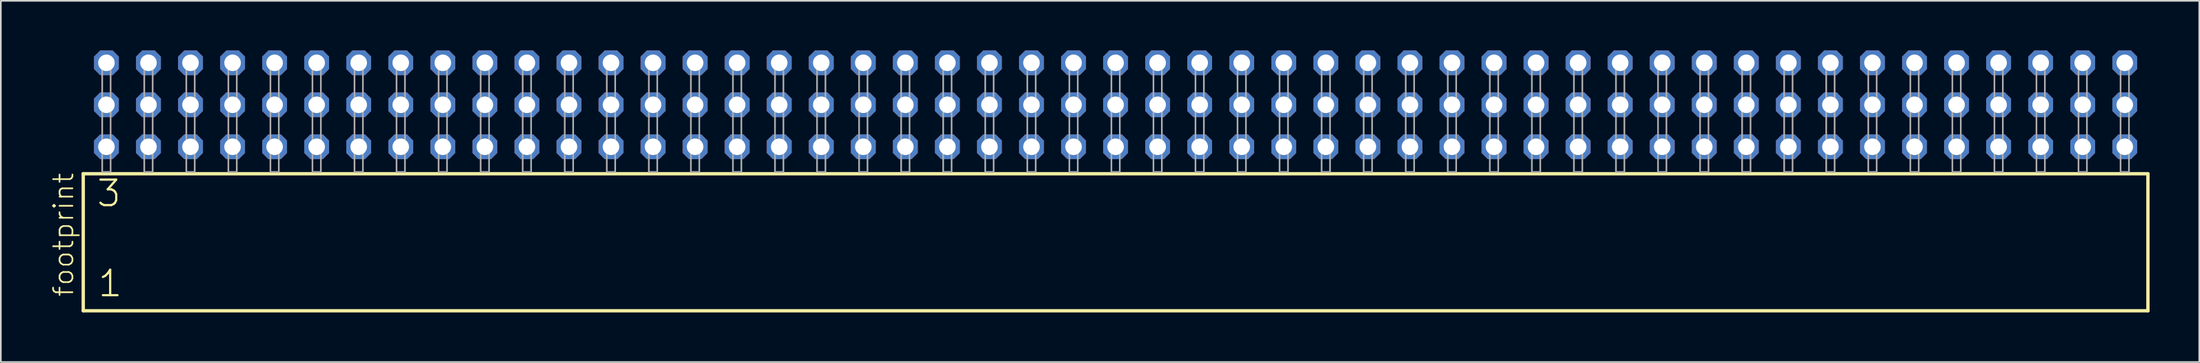
<source format=kicad_pcb>
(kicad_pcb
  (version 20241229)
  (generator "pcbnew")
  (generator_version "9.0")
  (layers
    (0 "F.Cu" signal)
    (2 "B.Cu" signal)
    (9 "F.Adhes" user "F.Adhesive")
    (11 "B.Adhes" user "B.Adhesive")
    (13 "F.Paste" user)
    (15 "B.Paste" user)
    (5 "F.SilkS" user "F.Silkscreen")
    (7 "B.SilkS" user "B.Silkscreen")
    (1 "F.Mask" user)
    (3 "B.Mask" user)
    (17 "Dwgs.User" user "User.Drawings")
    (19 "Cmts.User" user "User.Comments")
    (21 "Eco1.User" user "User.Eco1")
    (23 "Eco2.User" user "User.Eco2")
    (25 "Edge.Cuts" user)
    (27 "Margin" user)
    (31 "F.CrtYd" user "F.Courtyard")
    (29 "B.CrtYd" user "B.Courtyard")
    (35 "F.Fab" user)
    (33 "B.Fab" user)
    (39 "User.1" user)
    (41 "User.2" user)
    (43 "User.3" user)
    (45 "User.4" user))
  (footprint "footprint"
    (layer "F.Cu")
    (at 64.338 7.354)
    (property "Reference" "footprint" (at -62.865 7.62 90) (layer "F.SilkS") (effects (font (size 1.168 1.168) (thickness 0.102)) (justify left bottom)))
    (fp_line (start -62.359 0.106) (end -62.359 8.396) (stroke (width 0.203) (type solid)) (layer "F.SilkS"))
    (fp_line (start -62.359 8.396) (end 62.359 8.396) (stroke (width 0.203) (type solid)) (layer "F.SilkS"))
    (fp_line (start 62.359 0.106) (end -62.359 0.106) (stroke (width 0.203) (type solid)) (layer "F.SilkS"))
    (fp_line (start 62.359 8.396) (end 62.359 0.106) (stroke (width 0.203) (type solid)) (layer "F.SilkS"))
    (fp_poly (pts (xy -61.214 0) (xy -60.706 0) (xy -60.706 -6.858) (xy -61.214 -6.858)) (stroke (width 0.1) (type solid)) (fill no) (layer "F.Fab"))
    (fp_poly (pts (xy -58.674 0) (xy -58.166 0) (xy -58.166 -6.858) (xy -58.674 -6.858)) (stroke (width 0.1) (type solid)) (fill no) (layer "F.Fab"))
    (fp_poly (pts (xy -56.134 0) (xy -55.626 0) (xy -55.626 -6.858) (xy -56.134 -6.858)) (stroke (width 0.1) (type solid)) (fill no) (layer "F.Fab"))
    (fp_poly (pts (xy -53.594 0) (xy -53.086 0) (xy -53.086 -6.858) (xy -53.594 -6.858)) (stroke (width 0.1) (type solid)) (fill no) (layer "F.Fab"))
    (fp_poly (pts (xy -51.054 0) (xy -50.546 0) (xy -50.546 -6.858) (xy -51.054 -6.858)) (stroke (width 0.1) (type solid)) (fill no) (layer "F.Fab"))
    (fp_poly (pts (xy -48.514 0) (xy -48.006 0) (xy -48.006 -6.858) (xy -48.514 -6.858)) (stroke (width 0.1) (type solid)) (fill no) (layer "F.Fab"))
    (fp_poly (pts (xy -45.974 0) (xy -45.466 0) (xy -45.466 -6.858) (xy -45.974 -6.858)) (stroke (width 0.1) (type solid)) (fill no) (layer "F.Fab"))
    (fp_poly (pts (xy -43.434 0) (xy -42.926 0) (xy -42.926 -6.858) (xy -43.434 -6.858)) (stroke (width 0.1) (type solid)) (fill no) (layer "F.Fab"))
    (fp_poly (pts (xy -40.894 0) (xy -40.386 0) (xy -40.386 -6.858) (xy -40.894 -6.858)) (stroke (width 0.1) (type solid)) (fill no) (layer "F.Fab"))
    (fp_poly (pts (xy -38.354 0) (xy -37.846 0) (xy -37.846 -6.858) (xy -38.354 -6.858)) (stroke (width 0.1) (type solid)) (fill no) (layer "F.Fab"))
    (fp_poly (pts (xy -35.814 0) (xy -35.306 0) (xy -35.306 -6.858) (xy -35.814 -6.858)) (stroke (width 0.1) (type solid)) (fill no) (layer "F.Fab"))
    (fp_poly (pts (xy -33.274 0) (xy -32.766 0) (xy -32.766 -6.858) (xy -33.274 -6.858)) (stroke (width 0.1) (type solid)) (fill no) (layer "F.Fab"))
    (fp_poly (pts (xy -30.734 0) (xy -30.226 0) (xy -30.226 -6.858) (xy -30.734 -6.858)) (stroke (width 0.1) (type solid)) (fill no) (layer "F.Fab"))
    (fp_poly (pts (xy -28.194 0) (xy -27.686 0) (xy -27.686 -6.858) (xy -28.194 -6.858)) (stroke (width 0.1) (type solid)) (fill no) (layer "F.Fab"))
    (fp_poly (pts (xy -25.654 0) (xy -25.146 0) (xy -25.146 -6.858) (xy -25.654 -6.858)) (stroke (width 0.1) (type solid)) (fill no) (layer "F.Fab"))
    (fp_poly (pts (xy -23.114 0) (xy -22.606 0) (xy -22.606 -6.858) (xy -23.114 -6.858)) (stroke (width 0.1) (type solid)) (fill no) (layer "F.Fab"))
    (fp_poly (pts (xy -20.574 0) (xy -20.066 0) (xy -20.066 -6.858) (xy -20.574 -6.858)) (stroke (width 0.1) (type solid)) (fill no) (layer "F.Fab"))
    (fp_poly (pts (xy -18.034 0) (xy -17.526 0) (xy -17.526 -6.858) (xy -18.034 -6.858)) (stroke (width 0.1) (type solid)) (fill no) (layer "F.Fab"))
    (fp_poly (pts (xy -15.494 0) (xy -14.986 0) (xy -14.986 -6.858) (xy -15.494 -6.858)) (stroke (width 0.1) (type solid)) (fill no) (layer "F.Fab"))
    (fp_poly (pts (xy -12.954 0) (xy -12.446 0) (xy -12.446 -6.858) (xy -12.954 -6.858)) (stroke (width 0.1) (type solid)) (fill no) (layer "F.Fab"))
    (fp_poly (pts (xy -10.414 0) (xy -9.906 0) (xy -9.906 -6.858) (xy -10.414 -6.858)) (stroke (width 0.1) (type solid)) (fill no) (layer "F.Fab"))
    (fp_poly (pts (xy -7.874 0) (xy -7.366 0) (xy -7.366 -6.858) (xy -7.874 -6.858)) (stroke (width 0.1) (type solid)) (fill no) (layer "F.Fab"))
    (fp_poly (pts (xy -5.334 0) (xy -4.826 0) (xy -4.826 -6.858) (xy -5.334 -6.858)) (stroke (width 0.1) (type solid)) (fill no) (layer "F.Fab"))
    (fp_poly (pts (xy -2.794 0) (xy -2.286 0) (xy -2.286 -6.858) (xy -2.794 -6.858)) (stroke (width 0.1) (type solid)) (fill no) (layer "F.Fab"))
    (fp_poly (pts (xy -0.254 0) (xy 0.254 0) (xy 0.254 -6.858) (xy -0.254 -6.858)) (stroke (width 0.1) (type solid)) (fill no) (layer "F.Fab"))
    (fp_poly (pts (xy 2.286 0) (xy 2.794 0) (xy 2.794 -6.858) (xy 2.286 -6.858)) (stroke (width 0.1) (type solid)) (fill no) (layer "F.Fab"))
    (fp_poly (pts (xy 4.826 0) (xy 5.334 0) (xy 5.334 -6.858) (xy 4.826 -6.858)) (stroke (width 0.1) (type solid)) (fill no) (layer "F.Fab"))
    (fp_poly (pts (xy 7.366 0) (xy 7.874 0) (xy 7.874 -6.858) (xy 7.366 -6.858)) (stroke (width 0.1) (type solid)) (fill no) (layer "F.Fab"))
    (fp_poly (pts (xy 9.906 0) (xy 10.414 0) (xy 10.414 -6.858) (xy 9.906 -6.858)) (stroke (width 0.1) (type solid)) (fill no) (layer "F.Fab"))
    (fp_poly (pts (xy 12.446 0) (xy 12.954 0) (xy 12.954 -6.858) (xy 12.446 -6.858)) (stroke (width 0.1) (type solid)) (fill no) (layer "F.Fab"))
    (fp_poly (pts (xy 14.986 0) (xy 15.494 0) (xy 15.494 -6.858) (xy 14.986 -6.858)) (stroke (width 0.1) (type solid)) (fill no) (layer "F.Fab"))
    (fp_poly (pts (xy 17.526 0) (xy 18.034 0) (xy 18.034 -6.858) (xy 17.526 -6.858)) (stroke (width 0.1) (type solid)) (fill no) (layer "F.Fab"))
    (fp_poly (pts (xy 20.066 0) (xy 20.574 0) (xy 20.574 -6.858) (xy 20.066 -6.858)) (stroke (width 0.1) (type solid)) (fill no) (layer "F.Fab"))
    (fp_poly (pts (xy 22.606 0) (xy 23.114 0) (xy 23.114 -6.858) (xy 22.606 -6.858)) (stroke (width 0.1) (type solid)) (fill no) (layer "F.Fab"))
    (fp_poly (pts (xy 25.146 0) (xy 25.654 0) (xy 25.654 -6.858) (xy 25.146 -6.858)) (stroke (width 0.1) (type solid)) (fill no) (layer "F.Fab"))
    (fp_poly (pts (xy 27.686 0) (xy 28.194 0) (xy 28.194 -6.858) (xy 27.686 -6.858)) (stroke (width 0.1) (type solid)) (fill no) (layer "F.Fab"))
    (fp_poly (pts (xy 30.226 0) (xy 30.734 0) (xy 30.734 -6.858) (xy 30.226 -6.858)) (stroke (width 0.1) (type solid)) (fill no) (layer "F.Fab"))
    (fp_poly (pts (xy 32.766 0) (xy 33.274 0) (xy 33.274 -6.858) (xy 32.766 -6.858)) (stroke (width 0.1) (type solid)) (fill no) (layer "F.Fab"))
    (fp_poly (pts (xy 35.306 0) (xy 35.814 0) (xy 35.814 -6.858) (xy 35.306 -6.858)) (stroke (width 0.1) (type solid)) (fill no) (layer "F.Fab"))
    (fp_poly (pts (xy 37.846 0) (xy 38.354 0) (xy 38.354 -6.858) (xy 37.846 -6.858)) (stroke (width 0.1) (type solid)) (fill no) (layer "F.Fab"))
    (fp_poly (pts (xy 40.386 0) (xy 40.894 0) (xy 40.894 -6.858) (xy 40.386 -6.858)) (stroke (width 0.1) (type solid)) (fill no) (layer "F.Fab"))
    (fp_poly (pts (xy 42.926 0) (xy 43.434 0) (xy 43.434 -6.858) (xy 42.926 -6.858)) (stroke (width 0.1) (type solid)) (fill no) (layer "F.Fab"))
    (fp_poly (pts (xy 45.466 0) (xy 45.974 0) (xy 45.974 -6.858) (xy 45.466 -6.858)) (stroke (width 0.1) (type solid)) (fill no) (layer "F.Fab"))
    (fp_poly (pts (xy 48.006 0) (xy 48.514 0) (xy 48.514 -6.858) (xy 48.006 -6.858)) (stroke (width 0.1) (type solid)) (fill no) (layer "F.Fab"))
    (fp_poly (pts (xy 50.546 0) (xy 51.054 0) (xy 51.054 -6.858) (xy 50.546 -6.858)) (stroke (width 0.1) (type solid)) (fill no) (layer "F.Fab"))
    (fp_poly (pts (xy 53.086 0) (xy 53.594 0) (xy 53.594 -6.858) (xy 53.086 -6.858)) (stroke (width 0.1) (type solid)) (fill no) (layer "F.Fab"))
    (fp_poly (pts (xy 55.626 0) (xy 56.134 0) (xy 56.134 -6.858) (xy 55.626 -6.858)) (stroke (width 0.1) (type solid)) (fill no) (layer "F.Fab"))
    (fp_poly (pts (xy 58.166 0) (xy 58.674 0) (xy 58.674 -6.858) (xy 58.166 -6.858)) (stroke (width 0.1) (type solid)) (fill no) (layer "F.Fab"))
    (fp_poly (pts (xy 60.706 0) (xy 61.214 0) (xy 61.214 -6.858) (xy 60.706 -6.858)) (stroke (width 0.1) (type solid)) (fill no) (layer "F.Fab"))
    (fp_text user "1" (at -61.555 7.65 0) (layer "F.SilkS") (effects (font (size 1.542 1.542) (thickness 0.134)) (justify left bottom)))
    (fp_text user "3" (at -61.63 2.2 0) (layer "F.SilkS") (effects (font (size 1.542 1.542) (thickness 0.134)) (justify left bottom)))
    (pad "1" thru_hole roundrect (at -60.96 -1.524) (size 1.5 1.5) (drill 1) (layers "*.Cu" "*.Mask") (roundrect_rratio 0.25) (chamfer_ratio 0.25) (chamfer top_left top_right bottom_left bottom_right))
    (pad "2" thru_hole roundrect (at -60.96 -4.064) (size 1.5 1.5) (drill 1) (layers "*.Cu" "*.Mask") (roundrect_rratio 0.25) (chamfer_ratio 0.25) (chamfer top_left top_right bottom_left bottom_right))
    (pad "3" thru_hole roundrect (at -60.96 -6.604) (size 1.5 1.5) (drill 1) (layers "*.Cu" "*.Mask") (roundrect_rratio 0.25) (chamfer_ratio 0.25) (chamfer top_left top_right bottom_left bottom_right))
    (pad "4" thru_hole roundrect (at -58.42 -1.524) (size 1.5 1.5) (drill 1) (layers "*.Cu" "*.Mask") (roundrect_rratio 0.25) (chamfer_ratio 0.25) (chamfer top_left top_right bottom_left bottom_right))
    (pad "5" thru_hole roundrect (at -58.42 -4.064) (size 1.5 1.5) (drill 1) (layers "*.Cu" "*.Mask") (roundrect_rratio 0.25) (chamfer_ratio 0.25) (chamfer top_left top_right bottom_left bottom_right))
    (pad "6" thru_hole roundrect (at -58.42 -6.604) (size 1.5 1.5) (drill 1) (layers "*.Cu" "*.Mask") (roundrect_rratio 0.25) (chamfer_ratio 0.25) (chamfer top_left top_right bottom_left bottom_right))
    (pad "7" thru_hole roundrect (at -55.88 -1.524) (size 1.5 1.5) (drill 1) (layers "*.Cu" "*.Mask") (roundrect_rratio 0.25) (chamfer_ratio 0.25) (chamfer top_left top_right bottom_left bottom_right))
    (pad "8" thru_hole roundrect (at -55.88 -4.064) (size 1.5 1.5) (drill 1) (layers "*.Cu" "*.Mask") (roundrect_rratio 0.25) (chamfer_ratio 0.25) (chamfer top_left top_right bottom_left bottom_right))
    (pad "9" thru_hole roundrect (at -55.88 -6.604) (size 1.5 1.5) (drill 1) (layers "*.Cu" "*.Mask") (roundrect_rratio 0.25) (chamfer_ratio 0.25) (chamfer top_left top_right bottom_left bottom_right))
    (pad "10" thru_hole roundrect (at -53.34 -1.524) (size 1.5 1.5) (drill 1) (layers "*.Cu" "*.Mask") (roundrect_rratio 0.25) (chamfer_ratio 0.25) (chamfer top_left top_right bottom_left bottom_right))
    (pad "11" thru_hole roundrect (at -53.34 -4.064) (size 1.5 1.5) (drill 1) (layers "*.Cu" "*.Mask") (roundrect_rratio 0.25) (chamfer_ratio 0.25) (chamfer top_left top_right bottom_left bottom_right))
    (pad "12" thru_hole roundrect (at -53.34 -6.604) (size 1.5 1.5) (drill 1) (layers "*.Cu" "*.Mask") (roundrect_rratio 0.25) (chamfer_ratio 0.25) (chamfer top_left top_right bottom_left bottom_right))
    (pad "13" thru_hole roundrect (at -50.8 -1.524) (size 1.5 1.5) (drill 1) (layers "*.Cu" "*.Mask") (roundrect_rratio 0.25) (chamfer_ratio 0.25) (chamfer top_left top_right bottom_left bottom_right))
    (pad "14" thru_hole roundrect (at -50.8 -4.064) (size 1.5 1.5) (drill 1) (layers "*.Cu" "*.Mask") (roundrect_rratio 0.25) (chamfer_ratio 0.25) (chamfer top_left top_right bottom_left bottom_right))
    (pad "15" thru_hole roundrect (at -50.8 -6.604) (size 1.5 1.5) (drill 1) (layers "*.Cu" "*.Mask") (roundrect_rratio 0.25) (chamfer_ratio 0.25) (chamfer top_left top_right bottom_left bottom_right))
    (pad "16" thru_hole roundrect (at -48.26 -1.524) (size 1.5 1.5) (drill 1) (layers "*.Cu" "*.Mask") (roundrect_rratio 0.25) (chamfer_ratio 0.25) (chamfer top_left top_right bottom_left bottom_right))
    (pad "17" thru_hole roundrect (at -48.26 -4.064) (size 1.5 1.5) (drill 1) (layers "*.Cu" "*.Mask") (roundrect_rratio 0.25) (chamfer_ratio 0.25) (chamfer top_left top_right bottom_left bottom_right))
    (pad "18" thru_hole roundrect (at -48.26 -6.604) (size 1.5 1.5) (drill 1) (layers "*.Cu" "*.Mask") (roundrect_rratio 0.25) (chamfer_ratio 0.25) (chamfer top_left top_right bottom_left bottom_right))
    (pad "19" thru_hole roundrect (at -45.72 -1.524) (size 1.5 1.5) (drill 1) (layers "*.Cu" "*.Mask") (roundrect_rratio 0.25) (chamfer_ratio 0.25) (chamfer top_left top_right bottom_left bottom_right))
    (pad "20" thru_hole roundrect (at -45.72 -4.064) (size 1.5 1.5) (drill 1) (layers "*.Cu" "*.Mask") (roundrect_rratio 0.25) (chamfer_ratio 0.25) (chamfer top_left top_right bottom_left bottom_right))
    (pad "21" thru_hole roundrect (at -45.72 -6.604) (size 1.5 1.5) (drill 1) (layers "*.Cu" "*.Mask") (roundrect_rratio 0.25) (chamfer_ratio 0.25) (chamfer top_left top_right bottom_left bottom_right))
    (pad "22" thru_hole roundrect (at -43.18 -1.524) (size 1.5 1.5) (drill 1) (layers "*.Cu" "*.Mask") (roundrect_rratio 0.25) (chamfer_ratio 0.25) (chamfer top_left top_right bottom_left bottom_right))
    (pad "23" thru_hole roundrect (at -43.18 -4.064) (size 1.5 1.5) (drill 1) (layers "*.Cu" "*.Mask") (roundrect_rratio 0.25) (chamfer_ratio 0.25) (chamfer top_left top_right bottom_left bottom_right))
    (pad "24" thru_hole roundrect (at -43.18 -6.604) (size 1.5 1.5) (drill 1) (layers "*.Cu" "*.Mask") (roundrect_rratio 0.25) (chamfer_ratio 0.25) (chamfer top_left top_right bottom_left bottom_right))
    (pad "25" thru_hole roundrect (at -40.64 -1.524) (size 1.5 1.5) (drill 1) (layers "*.Cu" "*.Mask") (roundrect_rratio 0.25) (chamfer_ratio 0.25) (chamfer top_left top_right bottom_left bottom_right))
    (pad "26" thru_hole roundrect (at -40.64 -4.064) (size 1.5 1.5) (drill 1) (layers "*.Cu" "*.Mask") (roundrect_rratio 0.25) (chamfer_ratio 0.25) (chamfer top_left top_right bottom_left bottom_right))
    (pad "27" thru_hole roundrect (at -40.64 -6.604) (size 1.5 1.5) (drill 1) (layers "*.Cu" "*.Mask") (roundrect_rratio 0.25) (chamfer_ratio 0.25) (chamfer top_left top_right bottom_left bottom_right))
    (pad "28" thru_hole roundrect (at -38.1 -1.524) (size 1.5 1.5) (drill 1) (layers "*.Cu" "*.Mask") (roundrect_rratio 0.25) (chamfer_ratio 0.25) (chamfer top_left top_right bottom_left bottom_right))
    (pad "29" thru_hole roundrect (at -38.1 -4.064) (size 1.5 1.5) (drill 1) (layers "*.Cu" "*.Mask") (roundrect_rratio 0.25) (chamfer_ratio 0.25) (chamfer top_left top_right bottom_left bottom_right))
    (pad "30" thru_hole roundrect (at -38.1 -6.604) (size 1.5 1.5) (drill 1) (layers "*.Cu" "*.Mask") (roundrect_rratio 0.25) (chamfer_ratio 0.25) (chamfer top_left top_right bottom_left bottom_right))
    (pad "31" thru_hole roundrect (at -35.56 -1.524) (size 1.5 1.5) (drill 1) (layers "*.Cu" "*.Mask") (roundrect_rratio 0.25) (chamfer_ratio 0.25) (chamfer top_left top_right bottom_left bottom_right))
    (pad "32" thru_hole roundrect (at -35.56 -4.064) (size 1.5 1.5) (drill 1) (layers "*.Cu" "*.Mask") (roundrect_rratio 0.25) (chamfer_ratio 0.25) (chamfer top_left top_right bottom_left bottom_right))
    (pad "33" thru_hole roundrect (at -35.56 -6.604) (size 1.5 1.5) (drill 1) (layers "*.Cu" "*.Mask") (roundrect_rratio 0.25) (chamfer_ratio 0.25) (chamfer top_left top_right bottom_left bottom_right))
    (pad "34" thru_hole roundrect (at -33.02 -1.524) (size 1.5 1.5) (drill 1) (layers "*.Cu" "*.Mask") (roundrect_rratio 0.25) (chamfer_ratio 0.25) (chamfer top_left top_right bottom_left bottom_right))
    (pad "35" thru_hole roundrect (at -33.02 -4.064) (size 1.5 1.5) (drill 1) (layers "*.Cu" "*.Mask") (roundrect_rratio 0.25) (chamfer_ratio 0.25) (chamfer top_left top_right bottom_left bottom_right))
    (pad "36" thru_hole roundrect (at -33.02 -6.604) (size 1.5 1.5) (drill 1) (layers "*.Cu" "*.Mask") (roundrect_rratio 0.25) (chamfer_ratio 0.25) (chamfer top_left top_right bottom_left bottom_right))
    (pad "37" thru_hole roundrect (at -30.48 -1.524) (size 1.5 1.5) (drill 1) (layers "*.Cu" "*.Mask") (roundrect_rratio 0.25) (chamfer_ratio 0.25) (chamfer top_left top_right bottom_left bottom_right))
    (pad "38" thru_hole roundrect (at -30.48 -4.064) (size 1.5 1.5) (drill 1) (layers "*.Cu" "*.Mask") (roundrect_rratio 0.25) (chamfer_ratio 0.25) (chamfer top_left top_right bottom_left bottom_right))
    (pad "39" thru_hole roundrect (at -30.48 -6.604) (size 1.5 1.5) (drill 1) (layers "*.Cu" "*.Mask") (roundrect_rratio 0.25) (chamfer_ratio 0.25) (chamfer top_left top_right bottom_left bottom_right))
    (pad "40" thru_hole roundrect (at -27.94 -1.524) (size 1.5 1.5) (drill 1) (layers "*.Cu" "*.Mask") (roundrect_rratio 0.25) (chamfer_ratio 0.25) (chamfer top_left top_right bottom_left bottom_right))
    (pad "41" thru_hole roundrect (at -27.94 -4.064) (size 1.5 1.5) (drill 1) (layers "*.Cu" "*.Mask") (roundrect_rratio 0.25) (chamfer_ratio 0.25) (chamfer top_left top_right bottom_left bottom_right))
    (pad "42" thru_hole roundrect (at -27.94 -6.604) (size 1.5 1.5) (drill 1) (layers "*.Cu" "*.Mask") (roundrect_rratio 0.25) (chamfer_ratio 0.25) (chamfer top_left top_right bottom_left bottom_right))
    (pad "43" thru_hole roundrect (at -25.4 -1.524) (size 1.5 1.5) (drill 1) (layers "*.Cu" "*.Mask") (roundrect_rratio 0.25) (chamfer_ratio 0.25) (chamfer top_left top_right bottom_left bottom_right))
    (pad "44" thru_hole roundrect (at -25.4 -4.064) (size 1.5 1.5) (drill 1) (layers "*.Cu" "*.Mask") (roundrect_rratio 0.25) (chamfer_ratio 0.25) (chamfer top_left top_right bottom_left bottom_right))
    (pad "45" thru_hole roundrect (at -25.4 -6.604) (size 1.5 1.5) (drill 1) (layers "*.Cu" "*.Mask") (roundrect_rratio 0.25) (chamfer_ratio 0.25) (chamfer top_left top_right bottom_left bottom_right))
    (pad "46" thru_hole roundrect (at -22.86 -1.524) (size 1.5 1.5) (drill 1) (layers "*.Cu" "*.Mask") (roundrect_rratio 0.25) (chamfer_ratio 0.25) (chamfer top_left top_right bottom_left bottom_right))
    (pad "47" thru_hole roundrect (at -22.86 -4.064) (size 1.5 1.5) (drill 1) (layers "*.Cu" "*.Mask") (roundrect_rratio 0.25) (chamfer_ratio 0.25) (chamfer top_left top_right bottom_left bottom_right))
    (pad "48" thru_hole roundrect (at -22.86 -6.604) (size 1.5 1.5) (drill 1) (layers "*.Cu" "*.Mask") (roundrect_rratio 0.25) (chamfer_ratio 0.25) (chamfer top_left top_right bottom_left bottom_right))
    (pad "49" thru_hole roundrect (at -20.32 -1.524) (size 1.5 1.5) (drill 1) (layers "*.Cu" "*.Mask") (roundrect_rratio 0.25) (chamfer_ratio 0.25) (chamfer top_left top_right bottom_left bottom_right))
    (pad "50" thru_hole roundrect (at -20.32 -4.064) (size 1.5 1.5) (drill 1) (layers "*.Cu" "*.Mask") (roundrect_rratio 0.25) (chamfer_ratio 0.25) (chamfer top_left top_right bottom_left bottom_right))
    (pad "51" thru_hole roundrect (at -20.32 -6.604) (size 1.5 1.5) (drill 1) (layers "*.Cu" "*.Mask") (roundrect_rratio 0.25) (chamfer_ratio 0.25) (chamfer top_left top_right bottom_left bottom_right))
    (pad "52" thru_hole roundrect (at -17.78 -1.524) (size 1.5 1.5) (drill 1) (layers "*.Cu" "*.Mask") (roundrect_rratio 0.25) (chamfer_ratio 0.25) (chamfer top_left top_right bottom_left bottom_right))
    (pad "53" thru_hole roundrect (at -17.78 -4.064) (size 1.5 1.5) (drill 1) (layers "*.Cu" "*.Mask") (roundrect_rratio 0.25) (chamfer_ratio 0.25) (chamfer top_left top_right bottom_left bottom_right))
    (pad "54" thru_hole roundrect (at -17.78 -6.604) (size 1.5 1.5) (drill 1) (layers "*.Cu" "*.Mask") (roundrect_rratio 0.25) (chamfer_ratio 0.25) (chamfer top_left top_right bottom_left bottom_right))
    (pad "55" thru_hole roundrect (at -15.24 -1.524) (size 1.5 1.5) (drill 1) (layers "*.Cu" "*.Mask") (roundrect_rratio 0.25) (chamfer_ratio 0.25) (chamfer top_left top_right bottom_left bottom_right))
    (pad "56" thru_hole roundrect (at -15.24 -4.064) (size 1.5 1.5) (drill 1) (layers "*.Cu" "*.Mask") (roundrect_rratio 0.25) (chamfer_ratio 0.25) (chamfer top_left top_right bottom_left bottom_right))
    (pad "57" thru_hole roundrect (at -15.24 -6.604) (size 1.5 1.5) (drill 1) (layers "*.Cu" "*.Mask") (roundrect_rratio 0.25) (chamfer_ratio 0.25) (chamfer top_left top_right bottom_left bottom_right))
    (pad "58" thru_hole roundrect (at -12.7 -1.524) (size 1.5 1.5) (drill 1) (layers "*.Cu" "*.Mask") (roundrect_rratio 0.25) (chamfer_ratio 0.25) (chamfer top_left top_right bottom_left bottom_right))
    (pad "59" thru_hole roundrect (at -12.7 -4.064) (size 1.5 1.5) (drill 1) (layers "*.Cu" "*.Mask") (roundrect_rratio 0.25) (chamfer_ratio 0.25) (chamfer top_left top_right bottom_left bottom_right))
    (pad "60" thru_hole roundrect (at -12.7 -6.604) (size 1.5 1.5) (drill 1) (layers "*.Cu" "*.Mask") (roundrect_rratio 0.25) (chamfer_ratio 0.25) (chamfer top_left top_right bottom_left bottom_right))
    (pad "61" thru_hole roundrect (at -10.16 -1.524) (size 1.5 1.5) (drill 1) (layers "*.Cu" "*.Mask") (roundrect_rratio 0.25) (chamfer_ratio 0.25) (chamfer top_left top_right bottom_left bottom_right))
    (pad "62" thru_hole roundrect (at -10.16 -4.064) (size 1.5 1.5) (drill 1) (layers "*.Cu" "*.Mask") (roundrect_rratio 0.25) (chamfer_ratio 0.25) (chamfer top_left top_right bottom_left bottom_right))
    (pad "63" thru_hole roundrect (at -10.16 -6.604) (size 1.5 1.5) (drill 1) (layers "*.Cu" "*.Mask") (roundrect_rratio 0.25) (chamfer_ratio 0.25) (chamfer top_left top_right bottom_left bottom_right))
    (pad "64" thru_hole roundrect (at -7.62 -1.524) (size 1.5 1.5) (drill 1) (layers "*.Cu" "*.Mask") (roundrect_rratio 0.25) (chamfer_ratio 0.25) (chamfer top_left top_right bottom_left bottom_right))
    (pad "65" thru_hole roundrect (at -7.62 -4.064) (size 1.5 1.5) (drill 1) (layers "*.Cu" "*.Mask") (roundrect_rratio 0.25) (chamfer_ratio 0.25) (chamfer top_left top_right bottom_left bottom_right))
    (pad "66" thru_hole roundrect (at -7.62 -6.604) (size 1.5 1.5) (drill 1) (layers "*.Cu" "*.Mask") (roundrect_rratio 0.25) (chamfer_ratio 0.25) (chamfer top_left top_right bottom_left bottom_right))
    (pad "67" thru_hole roundrect (at -5.08 -1.524) (size 1.5 1.5) (drill 1) (layers "*.Cu" "*.Mask") (roundrect_rratio 0.25) (chamfer_ratio 0.25) (chamfer top_left top_right bottom_left bottom_right))
    (pad "68" thru_hole roundrect (at -5.08 -4.064) (size 1.5 1.5) (drill 1) (layers "*.Cu" "*.Mask") (roundrect_rratio 0.25) (chamfer_ratio 0.25) (chamfer top_left top_right bottom_left bottom_right))
    (pad "69" thru_hole roundrect (at -5.08 -6.604) (size 1.5 1.5) (drill 1) (layers "*.Cu" "*.Mask") (roundrect_rratio 0.25) (chamfer_ratio 0.25) (chamfer top_left top_right bottom_left bottom_right))
    (pad "70" thru_hole roundrect (at -2.54 -1.524) (size 1.5 1.5) (drill 1) (layers "*.Cu" "*.Mask") (roundrect_rratio 0.25) (chamfer_ratio 0.25) (chamfer top_left top_right bottom_left bottom_right))
    (pad "71" thru_hole roundrect (at -2.54 -4.064) (size 1.5 1.5) (drill 1) (layers "*.Cu" "*.Mask") (roundrect_rratio 0.25) (chamfer_ratio 0.25) (chamfer top_left top_right bottom_left bottom_right))
    (pad "72" thru_hole roundrect (at -2.54 -6.604) (size 1.5 1.5) (drill 1) (layers "*.Cu" "*.Mask") (roundrect_rratio 0.25) (chamfer_ratio 0.25) (chamfer top_left top_right bottom_left bottom_right))
    (pad "73" thru_hole roundrect (at 0 -1.524) (size 1.5 1.5) (drill 1) (layers "*.Cu" "*.Mask") (roundrect_rratio 0.25) (chamfer_ratio 0.25) (chamfer top_left top_right bottom_left bottom_right))
    (pad "74" thru_hole roundrect (at 0 -4.064) (size 1.5 1.5) (drill 1) (layers "*.Cu" "*.Mask") (roundrect_rratio 0.25) (chamfer_ratio 0.25) (chamfer top_left top_right bottom_left bottom_right))
    (pad "75" thru_hole roundrect (at 0 -6.604) (size 1.5 1.5) (drill 1) (layers "*.Cu" "*.Mask") (roundrect_rratio 0.25) (chamfer_ratio 0.25) (chamfer top_left top_right bottom_left bottom_right))
    (pad "76" thru_hole roundrect (at 2.54 -1.524) (size 1.5 1.5) (drill 1) (layers "*.Cu" "*.Mask") (roundrect_rratio 0.25) (chamfer_ratio 0.25) (chamfer top_left top_right bottom_left bottom_right))
    (pad "77" thru_hole roundrect (at 2.54 -4.064) (size 1.5 1.5) (drill 1) (layers "*.Cu" "*.Mask") (roundrect_rratio 0.25) (chamfer_ratio 0.25) (chamfer top_left top_right bottom_left bottom_right))
    (pad "78" thru_hole roundrect (at 2.54 -6.604) (size 1.5 1.5) (drill 1) (layers "*.Cu" "*.Mask") (roundrect_rratio 0.25) (chamfer_ratio 0.25) (chamfer top_left top_right bottom_left bottom_right))
    (pad "79" thru_hole roundrect (at 5.08 -1.524) (size 1.5 1.5) (drill 1) (layers "*.Cu" "*.Mask") (roundrect_rratio 0.25) (chamfer_ratio 0.25) (chamfer top_left top_right bottom_left bottom_right))
    (pad "80" thru_hole roundrect (at 5.08 -4.064) (size 1.5 1.5) (drill 1) (layers "*.Cu" "*.Mask") (roundrect_rratio 0.25) (chamfer_ratio 0.25) (chamfer top_left top_right bottom_left bottom_right))
    (pad "81" thru_hole roundrect (at 5.08 -6.604) (size 1.5 1.5) (drill 1) (layers "*.Cu" "*.Mask") (roundrect_rratio 0.25) (chamfer_ratio 0.25) (chamfer top_left top_right bottom_left bottom_right))
    (pad "82" thru_hole roundrect (at 7.62 -1.524) (size 1.5 1.5) (drill 1) (layers "*.Cu" "*.Mask") (roundrect_rratio 0.25) (chamfer_ratio 0.25) (chamfer top_left top_right bottom_left bottom_right))
    (pad "83" thru_hole roundrect (at 7.62 -4.064) (size 1.5 1.5) (drill 1) (layers "*.Cu" "*.Mask") (roundrect_rratio 0.25) (chamfer_ratio 0.25) (chamfer top_left top_right bottom_left bottom_right))
    (pad "84" thru_hole roundrect (at 7.62 -6.604) (size 1.5 1.5) (drill 1) (layers "*.Cu" "*.Mask") (roundrect_rratio 0.25) (chamfer_ratio 0.25) (chamfer top_left top_right bottom_left bottom_right))
    (pad "85" thru_hole roundrect (at 10.16 -1.524) (size 1.5 1.5) (drill 1) (layers "*.Cu" "*.Mask") (roundrect_rratio 0.25) (chamfer_ratio 0.25) (chamfer top_left top_right bottom_left bottom_right))
    (pad "86" thru_hole roundrect (at 10.16 -4.064) (size 1.5 1.5) (drill 1) (layers "*.Cu" "*.Mask") (roundrect_rratio 0.25) (chamfer_ratio 0.25) (chamfer top_left top_right bottom_left bottom_right))
    (pad "87" thru_hole roundrect (at 10.16 -6.604) (size 1.5 1.5) (drill 1) (layers "*.Cu" "*.Mask") (roundrect_rratio 0.25) (chamfer_ratio 0.25) (chamfer top_left top_right bottom_left bottom_right))
    (pad "88" thru_hole roundrect (at 12.7 -1.524) (size 1.5 1.5) (drill 1) (layers "*.Cu" "*.Mask") (roundrect_rratio 0.25) (chamfer_ratio 0.25) (chamfer top_left top_right bottom_left bottom_right))
    (pad "89" thru_hole roundrect (at 12.7 -4.064) (size 1.5 1.5) (drill 1) (layers "*.Cu" "*.Mask") (roundrect_rratio 0.25) (chamfer_ratio 0.25) (chamfer top_left top_right bottom_left bottom_right))
    (pad "90" thru_hole roundrect (at 12.7 -6.604) (size 1.5 1.5) (drill 1) (layers "*.Cu" "*.Mask") (roundrect_rratio 0.25) (chamfer_ratio 0.25) (chamfer top_left top_right bottom_left bottom_right))
    (pad "91" thru_hole roundrect (at 15.24 -1.524) (size 1.5 1.5) (drill 1) (layers "*.Cu" "*.Mask") (roundrect_rratio 0.25) (chamfer_ratio 0.25) (chamfer top_left top_right bottom_left bottom_right))
    (pad "92" thru_hole roundrect (at 15.24 -4.064) (size 1.5 1.5) (drill 1) (layers "*.Cu" "*.Mask") (roundrect_rratio 0.25) (chamfer_ratio 0.25) (chamfer top_left top_right bottom_left bottom_right))
    (pad "93" thru_hole roundrect (at 15.24 -6.604) (size 1.5 1.5) (drill 1) (layers "*.Cu" "*.Mask") (roundrect_rratio 0.25) (chamfer_ratio 0.25) (chamfer top_left top_right bottom_left bottom_right))
    (pad "94" thru_hole roundrect (at 17.78 -1.524) (size 1.5 1.5) (drill 1) (layers "*.Cu" "*.Mask") (roundrect_rratio 0.25) (chamfer_ratio 0.25) (chamfer top_left top_right bottom_left bottom_right))
    (pad "95" thru_hole roundrect (at 17.78 -4.064) (size 1.5 1.5) (drill 1) (layers "*.Cu" "*.Mask") (roundrect_rratio 0.25) (chamfer_ratio 0.25) (chamfer top_left top_right bottom_left bottom_right))
    (pad "96" thru_hole roundrect (at 17.78 -6.604) (size 1.5 1.5) (drill 1) (layers "*.Cu" "*.Mask") (roundrect_rratio 0.25) (chamfer_ratio 0.25) (chamfer top_left top_right bottom_left bottom_right))
    (pad "97" thru_hole roundrect (at 20.32 -1.524) (size 1.5 1.5) (drill 1) (layers "*.Cu" "*.Mask") (roundrect_rratio 0.25) (chamfer_ratio 0.25) (chamfer top_left top_right bottom_left bottom_right))
    (pad "98" thru_hole roundrect (at 20.32 -4.064) (size 1.5 1.5) (drill 1) (layers "*.Cu" "*.Mask") (roundrect_rratio 0.25) (chamfer_ratio 0.25) (chamfer top_left top_right bottom_left bottom_right))
    (pad "99" thru_hole roundrect (at 20.32 -6.604) (size 1.5 1.5) (drill 1) (layers "*.Cu" "*.Mask") (roundrect_rratio 0.25) (chamfer_ratio 0.25) (chamfer top_left top_right bottom_left bottom_right))
    (pad "100" thru_hole roundrect (at 22.86 -1.524) (size 1.5 1.5) (drill 1) (layers "*.Cu" "*.Mask") (roundrect_rratio 0.25) (chamfer_ratio 0.25) (chamfer top_left top_right bottom_left bottom_right))
    (pad "101" thru_hole roundrect (at 22.86 -4.064) (size 1.5 1.5) (drill 1) (layers "*.Cu" "*.Mask") (roundrect_rratio 0.25) (chamfer_ratio 0.25) (chamfer top_left top_right bottom_left bottom_right))
    (pad "102" thru_hole roundrect (at 22.86 -6.604) (size 1.5 1.5) (drill 1) (layers "*.Cu" "*.Mask") (roundrect_rratio 0.25) (chamfer_ratio 0.25) (chamfer top_left top_right bottom_left bottom_right))
    (pad "103" thru_hole roundrect (at 25.4 -1.524) (size 1.5 1.5) (drill 1) (layers "*.Cu" "*.Mask") (roundrect_rratio 0.25) (chamfer_ratio 0.25) (chamfer top_left top_right bottom_left bottom_right))
    (pad "104" thru_hole roundrect (at 25.4 -4.064) (size 1.5 1.5) (drill 1) (layers "*.Cu" "*.Mask") (roundrect_rratio 0.25) (chamfer_ratio 0.25) (chamfer top_left top_right bottom_left bottom_right))
    (pad "105" thru_hole roundrect (at 25.4 -6.604) (size 1.5 1.5) (drill 1) (layers "*.Cu" "*.Mask") (roundrect_rratio 0.25) (chamfer_ratio 0.25) (chamfer top_left top_right bottom_left bottom_right))
    (pad "106" thru_hole roundrect (at 27.94 -1.524) (size 1.5 1.5) (drill 1) (layers "*.Cu" "*.Mask") (roundrect_rratio 0.25) (chamfer_ratio 0.25) (chamfer top_left top_right bottom_left bottom_right))
    (pad "107" thru_hole roundrect (at 27.94 -4.064) (size 1.5 1.5) (drill 1) (layers "*.Cu" "*.Mask") (roundrect_rratio 0.25) (chamfer_ratio 0.25) (chamfer top_left top_right bottom_left bottom_right))
    (pad "108" thru_hole roundrect (at 27.94 -6.604) (size 1.5 1.5) (drill 1) (layers "*.Cu" "*.Mask") (roundrect_rratio 0.25) (chamfer_ratio 0.25) (chamfer top_left top_right bottom_left bottom_right))
    (pad "109" thru_hole roundrect (at 30.48 -1.524) (size 1.5 1.5) (drill 1) (layers "*.Cu" "*.Mask") (roundrect_rratio 0.25) (chamfer_ratio 0.25) (chamfer top_left top_right bottom_left bottom_right))
    (pad "110" thru_hole roundrect (at 30.48 -4.064) (size 1.5 1.5) (drill 1) (layers "*.Cu" "*.Mask") (roundrect_rratio 0.25) (chamfer_ratio 0.25) (chamfer top_left top_right bottom_left bottom_right))
    (pad "111" thru_hole roundrect (at 30.48 -6.604) (size 1.5 1.5) (drill 1) (layers "*.Cu" "*.Mask") (roundrect_rratio 0.25) (chamfer_ratio 0.25) (chamfer top_left top_right bottom_left bottom_right))
    (pad "112" thru_hole roundrect (at 33.02 -1.524) (size 1.5 1.5) (drill 1) (layers "*.Cu" "*.Mask") (roundrect_rratio 0.25) (chamfer_ratio 0.25) (chamfer top_left top_right bottom_left bottom_right))
    (pad "113" thru_hole roundrect (at 33.02 -4.064) (size 1.5 1.5) (drill 1) (layers "*.Cu" "*.Mask") (roundrect_rratio 0.25) (chamfer_ratio 0.25) (chamfer top_left top_right bottom_left bottom_right))
    (pad "114" thru_hole roundrect (at 33.02 -6.604) (size 1.5 1.5) (drill 1) (layers "*.Cu" "*.Mask") (roundrect_rratio 0.25) (chamfer_ratio 0.25) (chamfer top_left top_right bottom_left bottom_right))
    (pad "115" thru_hole roundrect (at 35.56 -1.524) (size 1.5 1.5) (drill 1) (layers "*.Cu" "*.Mask") (roundrect_rratio 0.25) (chamfer_ratio 0.25) (chamfer top_left top_right bottom_left bottom_right))
    (pad "116" thru_hole roundrect (at 35.56 -4.064) (size 1.5 1.5) (drill 1) (layers "*.Cu" "*.Mask") (roundrect_rratio 0.25) (chamfer_ratio 0.25) (chamfer top_left top_right bottom_left bottom_right))
    (pad "117" thru_hole roundrect (at 35.56 -6.604) (size 1.5 1.5) (drill 1) (layers "*.Cu" "*.Mask") (roundrect_rratio 0.25) (chamfer_ratio 0.25) (chamfer top_left top_right bottom_left bottom_right))
    (pad "118" thru_hole roundrect (at 38.1 -1.524) (size 1.5 1.5) (drill 1) (layers "*.Cu" "*.Mask") (roundrect_rratio 0.25) (chamfer_ratio 0.25) (chamfer top_left top_right bottom_left bottom_right))
    (pad "119" thru_hole roundrect (at 38.1 -4.064) (size 1.5 1.5) (drill 1) (layers "*.Cu" "*.Mask") (roundrect_rratio 0.25) (chamfer_ratio 0.25) (chamfer top_left top_right bottom_left bottom_right))
    (pad "120" thru_hole roundrect (at 38.1 -6.604) (size 1.5 1.5) (drill 1) (layers "*.Cu" "*.Mask") (roundrect_rratio 0.25) (chamfer_ratio 0.25) (chamfer top_left top_right bottom_left bottom_right))
    (pad "121" thru_hole roundrect (at 40.64 -1.524) (size 1.5 1.5) (drill 1) (layers "*.Cu" "*.Mask") (roundrect_rratio 0.25) (chamfer_ratio 0.25) (chamfer top_left top_right bottom_left bottom_right))
    (pad "122" thru_hole roundrect (at 40.64 -4.064) (size 1.5 1.5) (drill 1) (layers "*.Cu" "*.Mask") (roundrect_rratio 0.25) (chamfer_ratio 0.25) (chamfer top_left top_right bottom_left bottom_right))
    (pad "123" thru_hole roundrect (at 40.64 -6.604) (size 1.5 1.5) (drill 1) (layers "*.Cu" "*.Mask") (roundrect_rratio 0.25) (chamfer_ratio 0.25) (chamfer top_left top_right bottom_left bottom_right))
    (pad "124" thru_hole roundrect (at 43.18 -1.524) (size 1.5 1.5) (drill 1) (layers "*.Cu" "*.Mask") (roundrect_rratio 0.25) (chamfer_ratio 0.25) (chamfer top_left top_right bottom_left bottom_right))
    (pad "125" thru_hole roundrect (at 43.18 -4.064) (size 1.5 1.5) (drill 1) (layers "*.Cu" "*.Mask") (roundrect_rratio 0.25) (chamfer_ratio 0.25) (chamfer top_left top_right bottom_left bottom_right))
    (pad "126" thru_hole roundrect (at 43.18 -6.604) (size 1.5 1.5) (drill 1) (layers "*.Cu" "*.Mask") (roundrect_rratio 0.25) (chamfer_ratio 0.25) (chamfer top_left top_right bottom_left bottom_right))
    (pad "127" thru_hole roundrect (at 45.72 -1.524) (size 1.5 1.5) (drill 1) (layers "*.Cu" "*.Mask") (roundrect_rratio 0.25) (chamfer_ratio 0.25) (chamfer top_left top_right bottom_left bottom_right))
    (pad "128" thru_hole roundrect (at 45.72 -4.064) (size 1.5 1.5) (drill 1) (layers "*.Cu" "*.Mask") (roundrect_rratio 0.25) (chamfer_ratio 0.25) (chamfer top_left top_right bottom_left bottom_right))
    (pad "129" thru_hole roundrect (at 45.72 -6.604) (size 1.5 1.5) (drill 1) (layers "*.Cu" "*.Mask") (roundrect_rratio 0.25) (chamfer_ratio 0.25) (chamfer top_left top_right bottom_left bottom_right))
    (pad "130" thru_hole roundrect (at 48.26 -1.524) (size 1.5 1.5) (drill 1) (layers "*.Cu" "*.Mask") (roundrect_rratio 0.25) (chamfer_ratio 0.25) (chamfer top_left top_right bottom_left bottom_right))
    (pad "131" thru_hole roundrect (at 48.26 -4.064) (size 1.5 1.5) (drill 1) (layers "*.Cu" "*.Mask") (roundrect_rratio 0.25) (chamfer_ratio 0.25) (chamfer top_left top_right bottom_left bottom_right))
    (pad "132" thru_hole roundrect (at 48.26 -6.604) (size 1.5 1.5) (drill 1) (layers "*.Cu" "*.Mask") (roundrect_rratio 0.25) (chamfer_ratio 0.25) (chamfer top_left top_right bottom_left bottom_right))
    (pad "133" thru_hole roundrect (at 50.8 -1.524) (size 1.5 1.5) (drill 1) (layers "*.Cu" "*.Mask") (roundrect_rratio 0.25) (chamfer_ratio 0.25) (chamfer top_left top_right bottom_left bottom_right))
    (pad "134" thru_hole roundrect (at 50.8 -4.064) (size 1.5 1.5) (drill 1) (layers "*.Cu" "*.Mask") (roundrect_rratio 0.25) (chamfer_ratio 0.25) (chamfer top_left top_right bottom_left bottom_right))
    (pad "135" thru_hole roundrect (at 50.8 -6.604) (size 1.5 1.5) (drill 1) (layers "*.Cu" "*.Mask") (roundrect_rratio 0.25) (chamfer_ratio 0.25) (chamfer top_left top_right bottom_left bottom_right))
    (pad "136" thru_hole roundrect (at 53.34 -1.524) (size 1.5 1.5) (drill 1) (layers "*.Cu" "*.Mask") (roundrect_rratio 0.25) (chamfer_ratio 0.25) (chamfer top_left top_right bottom_left bottom_right))
    (pad "137" thru_hole roundrect (at 53.34 -4.064) (size 1.5 1.5) (drill 1) (layers "*.Cu" "*.Mask") (roundrect_rratio 0.25) (chamfer_ratio 0.25) (chamfer top_left top_right bottom_left bottom_right))
    (pad "138" thru_hole roundrect (at 53.34 -6.604) (size 1.5 1.5) (drill 1) (layers "*.Cu" "*.Mask") (roundrect_rratio 0.25) (chamfer_ratio 0.25) (chamfer top_left top_right bottom_left bottom_right))
    (pad "139" thru_hole roundrect (at 55.88 -1.524) (size 1.5 1.5) (drill 1) (layers "*.Cu" "*.Mask") (roundrect_rratio 0.25) (chamfer_ratio 0.25) (chamfer top_left top_right bottom_left bottom_right))
    (pad "140" thru_hole roundrect (at 55.88 -4.064) (size 1.5 1.5) (drill 1) (layers "*.Cu" "*.Mask") (roundrect_rratio 0.25) (chamfer_ratio 0.25) (chamfer top_left top_right bottom_left bottom_right))
    (pad "141" thru_hole roundrect (at 55.88 -6.604) (size 1.5 1.5) (drill 1) (layers "*.Cu" "*.Mask") (roundrect_rratio 0.25) (chamfer_ratio 0.25) (chamfer top_left top_right bottom_left bottom_right))
    (pad "142" thru_hole roundrect (at 58.42 -1.524) (size 1.5 1.5) (drill 1) (layers "*.Cu" "*.Mask") (roundrect_rratio 0.25) (chamfer_ratio 0.25) (chamfer top_left top_right bottom_left bottom_right))
    (pad "143" thru_hole roundrect (at 58.42 -4.064) (size 1.5 1.5) (drill 1) (layers "*.Cu" "*.Mask") (roundrect_rratio 0.25) (chamfer_ratio 0.25) (chamfer top_left top_right bottom_left bottom_right))
    (pad "144" thru_hole roundrect (at 58.42 -6.604) (size 1.5 1.5) (drill 1) (layers "*.Cu" "*.Mask") (roundrect_rratio 0.25) (chamfer_ratio 0.25) (chamfer top_left top_right bottom_left bottom_right))
    (pad "145" thru_hole roundrect (at 60.96 -1.524) (size 1.5 1.5) (drill 1) (layers "*.Cu" "*.Mask") (roundrect_rratio 0.25) (chamfer_ratio 0.25) (chamfer top_left top_right bottom_left bottom_right))
    (pad "146" thru_hole roundrect (at 60.96 -4.064) (size 1.5 1.5) (drill 1) (layers "*.Cu" "*.Mask") (roundrect_rratio 0.25) (chamfer_ratio 0.25) (chamfer top_left top_right bottom_left bottom_right))
    (pad "147" thru_hole roundrect (at 60.96 -6.604) (size 1.5 1.5) (drill 1) (layers "*.Cu" "*.Mask") (roundrect_rratio 0.25) (chamfer_ratio 0.25) (chamfer top_left top_right bottom_left bottom_right)))
  (gr_rect
    (start -3 -3)
    (end 129.799 18.852)
    (stroke (width 0.1) (type default))
    (fill no)
    (layer "Edge.Cuts")))
</source>
